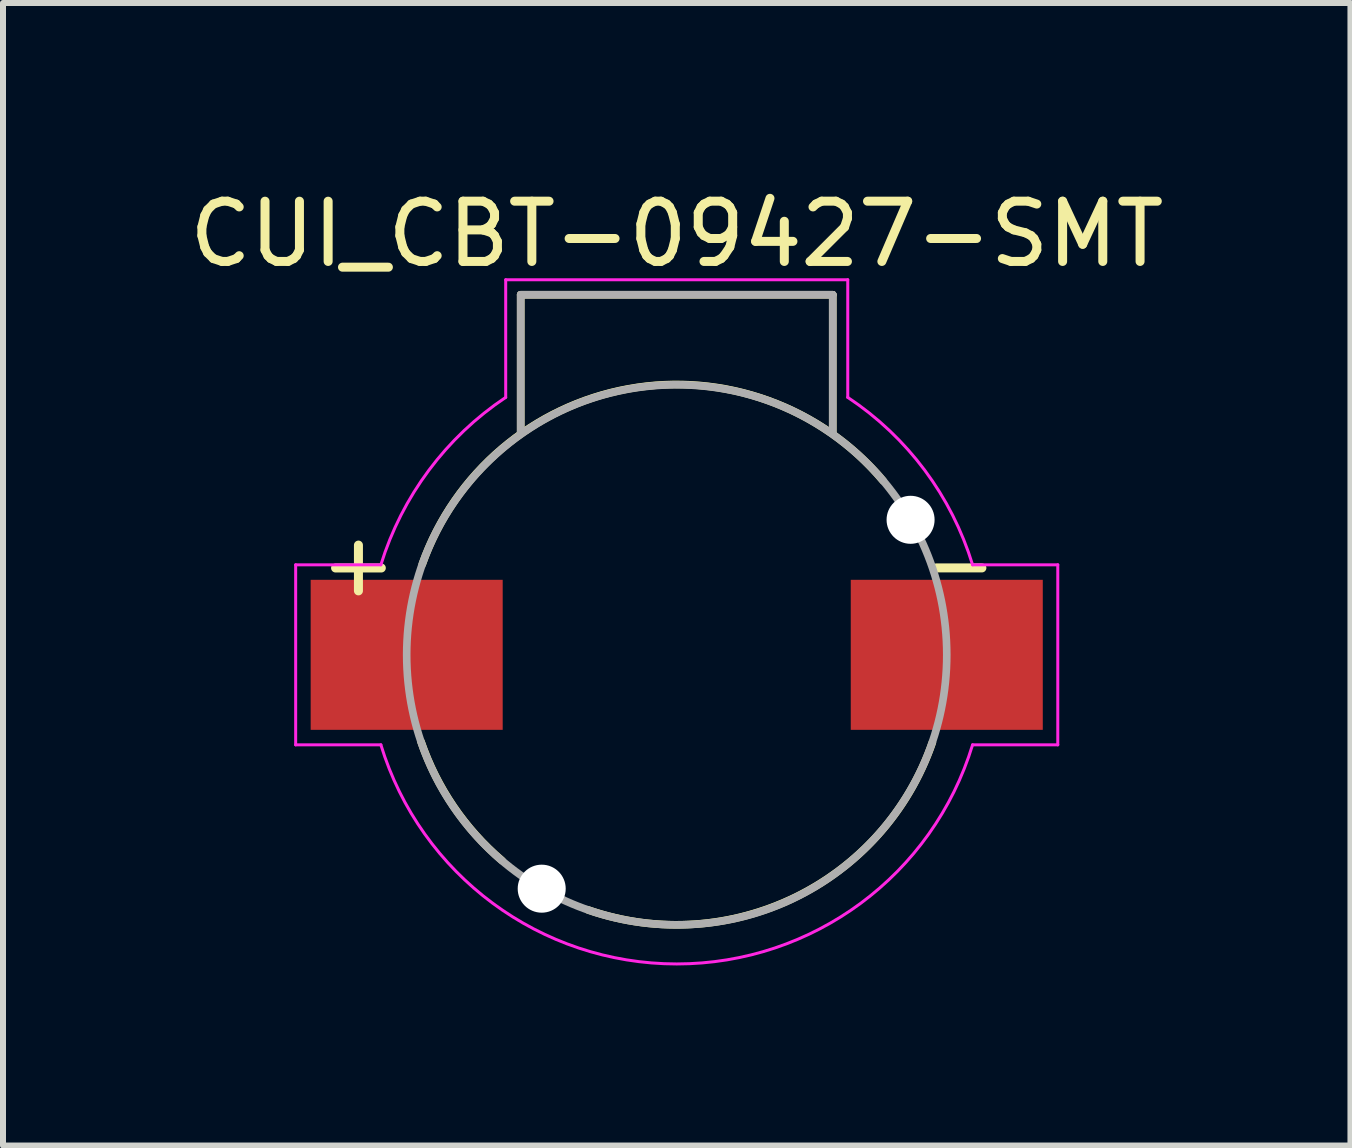
<source format=kicad_pcb>
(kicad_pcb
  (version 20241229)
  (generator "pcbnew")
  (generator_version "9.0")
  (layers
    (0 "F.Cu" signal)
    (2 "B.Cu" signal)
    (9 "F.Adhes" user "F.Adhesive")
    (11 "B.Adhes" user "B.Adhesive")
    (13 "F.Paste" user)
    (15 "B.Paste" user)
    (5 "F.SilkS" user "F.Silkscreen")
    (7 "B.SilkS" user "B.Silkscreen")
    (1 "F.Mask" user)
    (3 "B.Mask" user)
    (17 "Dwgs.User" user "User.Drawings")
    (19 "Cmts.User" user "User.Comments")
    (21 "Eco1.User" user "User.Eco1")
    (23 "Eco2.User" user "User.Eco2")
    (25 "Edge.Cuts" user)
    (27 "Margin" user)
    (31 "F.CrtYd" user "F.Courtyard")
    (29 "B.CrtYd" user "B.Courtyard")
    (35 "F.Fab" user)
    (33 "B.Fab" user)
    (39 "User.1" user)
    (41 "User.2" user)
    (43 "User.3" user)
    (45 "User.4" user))
  (footprint "CUI_CBT-09427-SMT"
    (layer "F.Cu")
    (at 8.227 7.862)
    (property "Reference" "CUI_CBT-09427-SMT" (at -0.00001 -7.012 0) (layer "F.SilkS") (effects (font (size 1.004 1.004) (thickness 0.15))))
    (attr smd)
    (fp_line (start -2.6 -6) (end -2.6 -3.7) (stroke (width 0.127) (type solid)) (layer "F.SilkS"))
    (fp_line (start -2.6 -6) (end 2.6 -6) (stroke (width 0.127) (type solid)) (layer "F.SilkS"))
    (fp_line (start 2.6 -6) (end 2.6 -3.7) (stroke (width 0.127) (type solid)) (layer "F.SilkS"))
    (fp_arc (start -4.24 -1.51) (mid -0.803283 -4.433209) (end 3.44 -2.9) (stroke (width 0.127) (type solid)) (layer "F.SilkS"))
    (fp_arc (start -2.91 3.43) (mid -3.717534 2.530364) (end -4.26 1.45) (stroke (width 0.127) (type solid)) (layer "F.SilkS"))
    (fp_arc (start 4.26 1.46) (mid 1.967828 4.043793) (end -1.48 4.25) (stroke (width 0.127) (type solid)) (layer "F.SilkS"))
    (fp_line (start -6.35 -1.5) (end -6.35 1.5) (stroke (width 0.05) (type solid)) (layer "F.CrtYd"))
    (fp_line (start -6.35 1.5) (end -4.93 1.5) (stroke (width 0.05) (type solid)) (layer "F.CrtYd"))
    (fp_line (start -4.93 -1.5) (end -6.35 -1.5) (stroke (width 0.05) (type solid)) (layer "F.CrtYd"))
    (fp_line (start -2.85 -6.25) (end 2.85 -6.25) (stroke (width 0.05) (type solid)) (layer "F.CrtYd"))
    (fp_line (start -2.85 -4.29) (end -2.85 -6.25) (stroke (width 0.05) (type solid)) (layer "F.CrtYd"))
    (fp_line (start 2.85 -6.25) (end 2.85 -4.29) (stroke (width 0.05) (type solid)) (layer "F.CrtYd"))
    (fp_line (start 4.93 1.5) (end 6.35 1.5) (stroke (width 0.05) (type solid)) (layer "F.CrtYd"))
    (fp_line (start 6.35 -1.5) (end 4.93 -1.5) (stroke (width 0.05) (type solid)) (layer "F.CrtYd"))
    (fp_line (start 6.35 1.5) (end 6.35 -1.5) (stroke (width 0.05) (type solid)) (layer "F.CrtYd"))
    (fp_arc (start -4.93 -1.5) (mid -4.130958 -3.074639) (end -2.85 -4.29) (stroke (width 0.05) (type solid)) (layer "F.CrtYd"))
    (fp_arc (start 2.85 -4.29) (mid 4.132839 -3.076041) (end 4.93 -1.5) (stroke (width 0.05) (type solid)) (layer "F.CrtYd"))
    (fp_arc (start 4.93 1.5) (mid 0 5.151338) (end -4.93 1.5) (stroke (width 0.05) (type solid)) (layer "F.CrtYd"))
    (fp_line (start -2.6 -6) (end -2.6 -3.7) (stroke (width 0.127) (type solid)) (layer "F.Fab"))
    (fp_line (start -2.6 -6) (end 2.6 -6) (stroke (width 0.127) (type solid)) (layer "F.Fab"))
    (fp_line (start 2.6 -6) (end 2.6 -3.7) (stroke (width 0.127) (type solid)) (layer "F.Fab"))
    (fp_circle (center 0 0) (end 4.5 0) (stroke (width 0.127) (type solid)) (fill no) (layer "F.Fab"))
    (fp_text user "+" (at -5.304 -1.521 0) (layer "F.SilkS") (effects (font (size 1.001 1.001) (thickness 0.15))))
    (fp_text user "-" (at 4.704 -1.522 0) (layer "F.SilkS") (effects (font (size 1.001 1.001) (thickness 0.15))))
    (pad "" np_thru_hole circle (at -2.25 3.897) (size 0.8 0.8) (drill 0.8) (layers "*.Cu" "*.Mask"))
    (pad "" np_thru_hole circle (at 3.897 -2.25) (size 0.8 0.8) (drill 0.8) (layers "*.Cu" "*.Mask"))
    (pad "M" smd rect (at 4.5 0) (size 3.2 2.5) (layers "F.Cu" "F.Mask" "F.Paste"))
    (pad "P" smd rect (at -4.5 0) (size 3.2 2.5) (layers "F.Cu" "F.Mask" "F.Paste")))
  (gr_rect
    (start -3 -3)
    (end 19.454 16.039)
    (stroke (width 0.1) (type default))
    (fill no)
    (layer "Edge.Cuts")))
</source>
